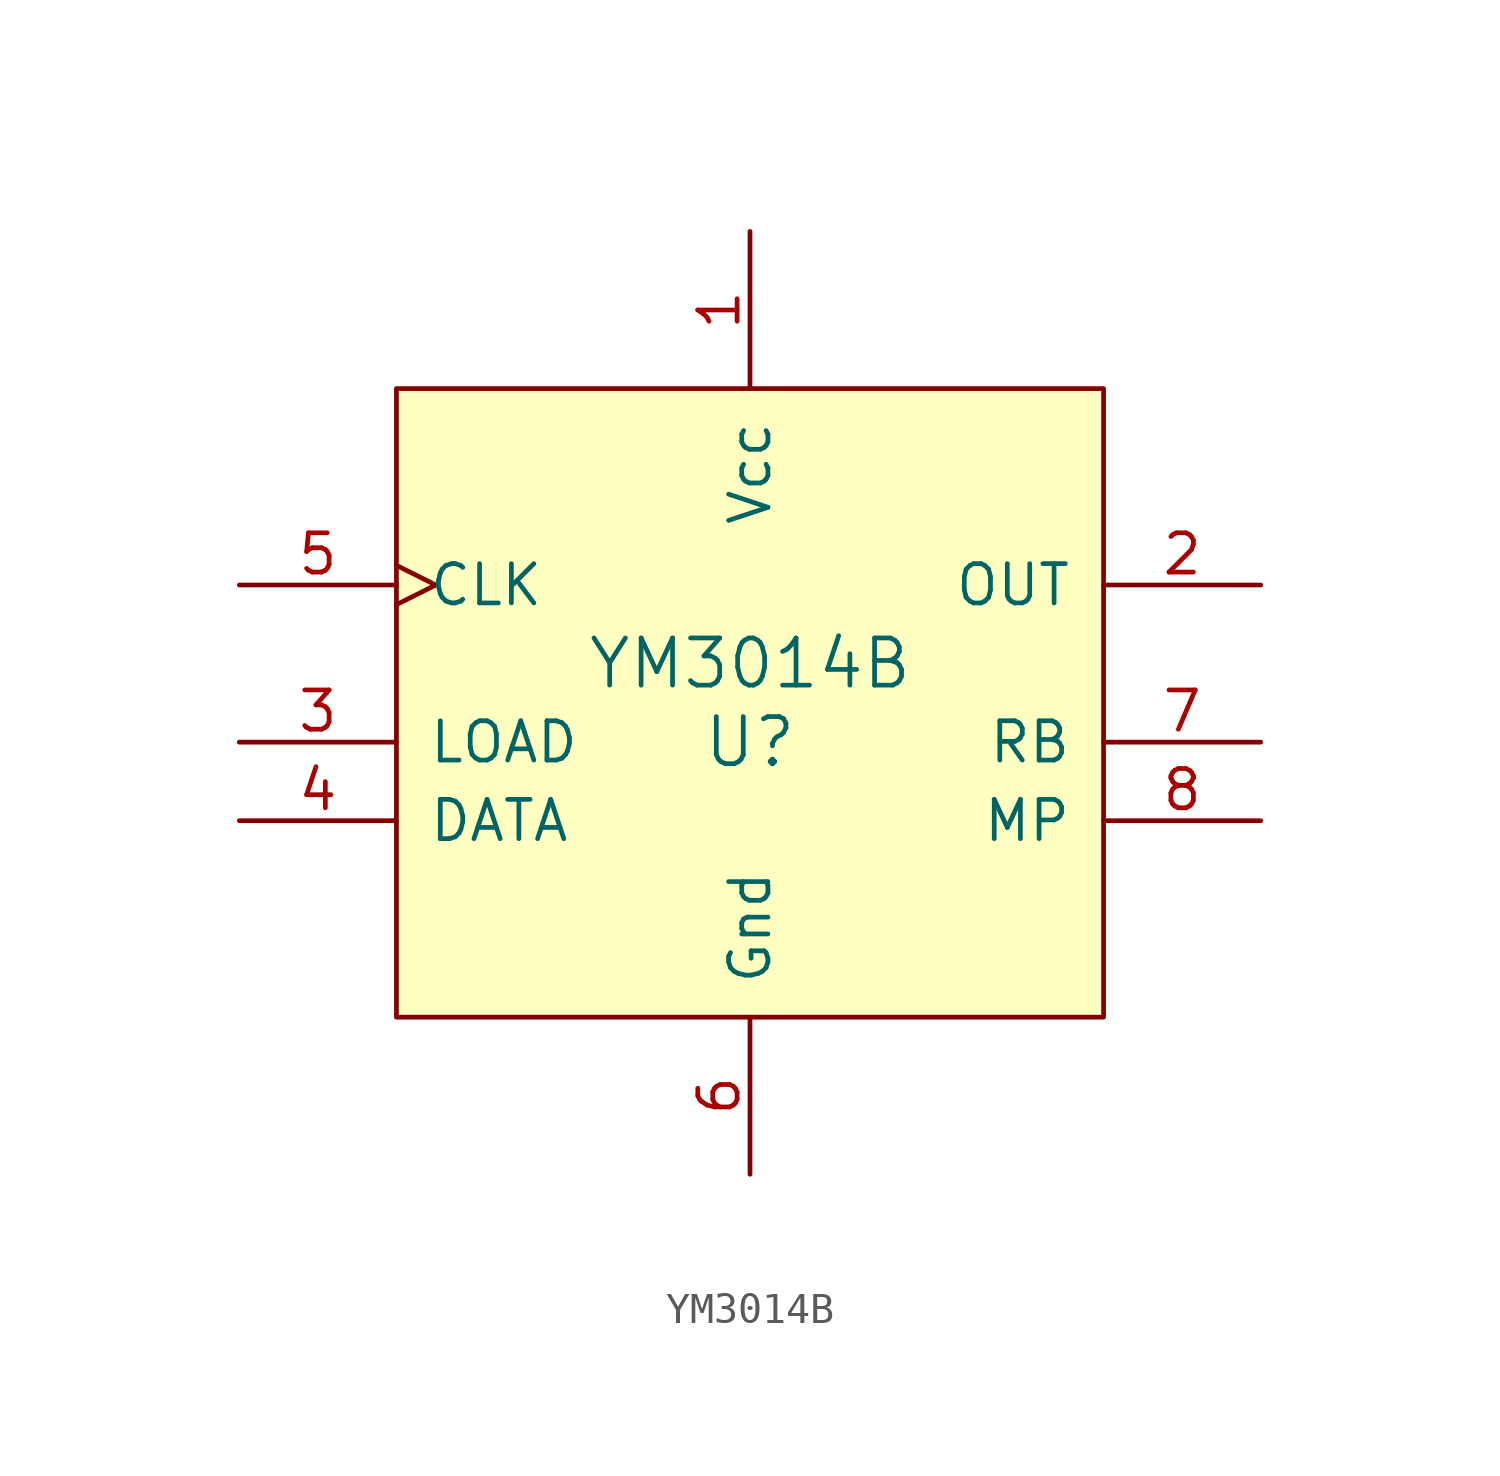
<source format=kicad_sym>
(kicad_symbol_lib
  (version 20211014)
  (generator kicad_symbol_editor)
  (symbol "YM3014B"
    (pin_names
      (offset 1.016))
    (property "Reference" "U"
      (at -6.35 -1.27 0)
      (effects (font (size 1.524 1.524))))
    (property "Value" "YM3014B"
      (at -6.35 1.27 0)
      (effects (font (size 1.524 1.524))))
    (property "Footprint" ""
      (at 0 0 0)
      (effects (font (size 1.524 1.524))))
    (property "Datasheet" ""
      (at 0 0 0)
      (effects (font (size 1.524 1.524))))
    (symbol "YM3014B_0_1"
      (rectangle (start -17.78 10.16) (end 5.08 -10.16) (stroke (width 0) (type default) (color 0 0 0 0)) (fill (type background))))
    (symbol "YM3014B_1_1"
      (pin power_in line (at -6.35 15.24 270) (length 5.08) (name "Vcc" (effects (font (size 1.27 1.27)))) (number "1" (effects (font (size 1.27 1.27)))))
      (pin output line (at 10.16 3.81 180) (length 5.08) (name "OUT" (effects (font (size 1.27 1.27)))) (number "2" (effects (font (size 1.27 1.27)))))
      (pin input line (at -22.86 -1.27 0) (length 5.08) (name "LOAD" (effects (font (size 1.27 1.27)))) (number "3" (effects (font (size 1.27 1.27)))))
      (pin input line (at -22.86 -3.81 0) (length 5.08) (name "DATA" (effects (font (size 1.27 1.27)))) (number "4" (effects (font (size 1.27 1.27)))))
      (pin input clock (at -22.86 3.81 0) (length 5.08) (name "CLK" (effects (font (size 1.27 1.27)))) (number "5" (effects (font (size 1.27 1.27)))))
      (pin power_in line (at -6.35 -15.24 90) (length 5.08) (name "Gnd" (effects (font (size 1.27 1.27)))) (number "6" (effects (font (size 1.27 1.27)))))
      (pin output line (at 10.16 -1.27 180) (length 5.08) (name "RB" (effects (font (size 1.27 1.27)))) (number "7" (effects (font (size 1.27 1.27)))))
      (pin input line (at 10.16 -3.81 180) (length 5.08) (name "MP" (effects (font (size 1.27 1.27)))) (number "8" (effects (font (size 1.27 1.27))))))))
</source>
